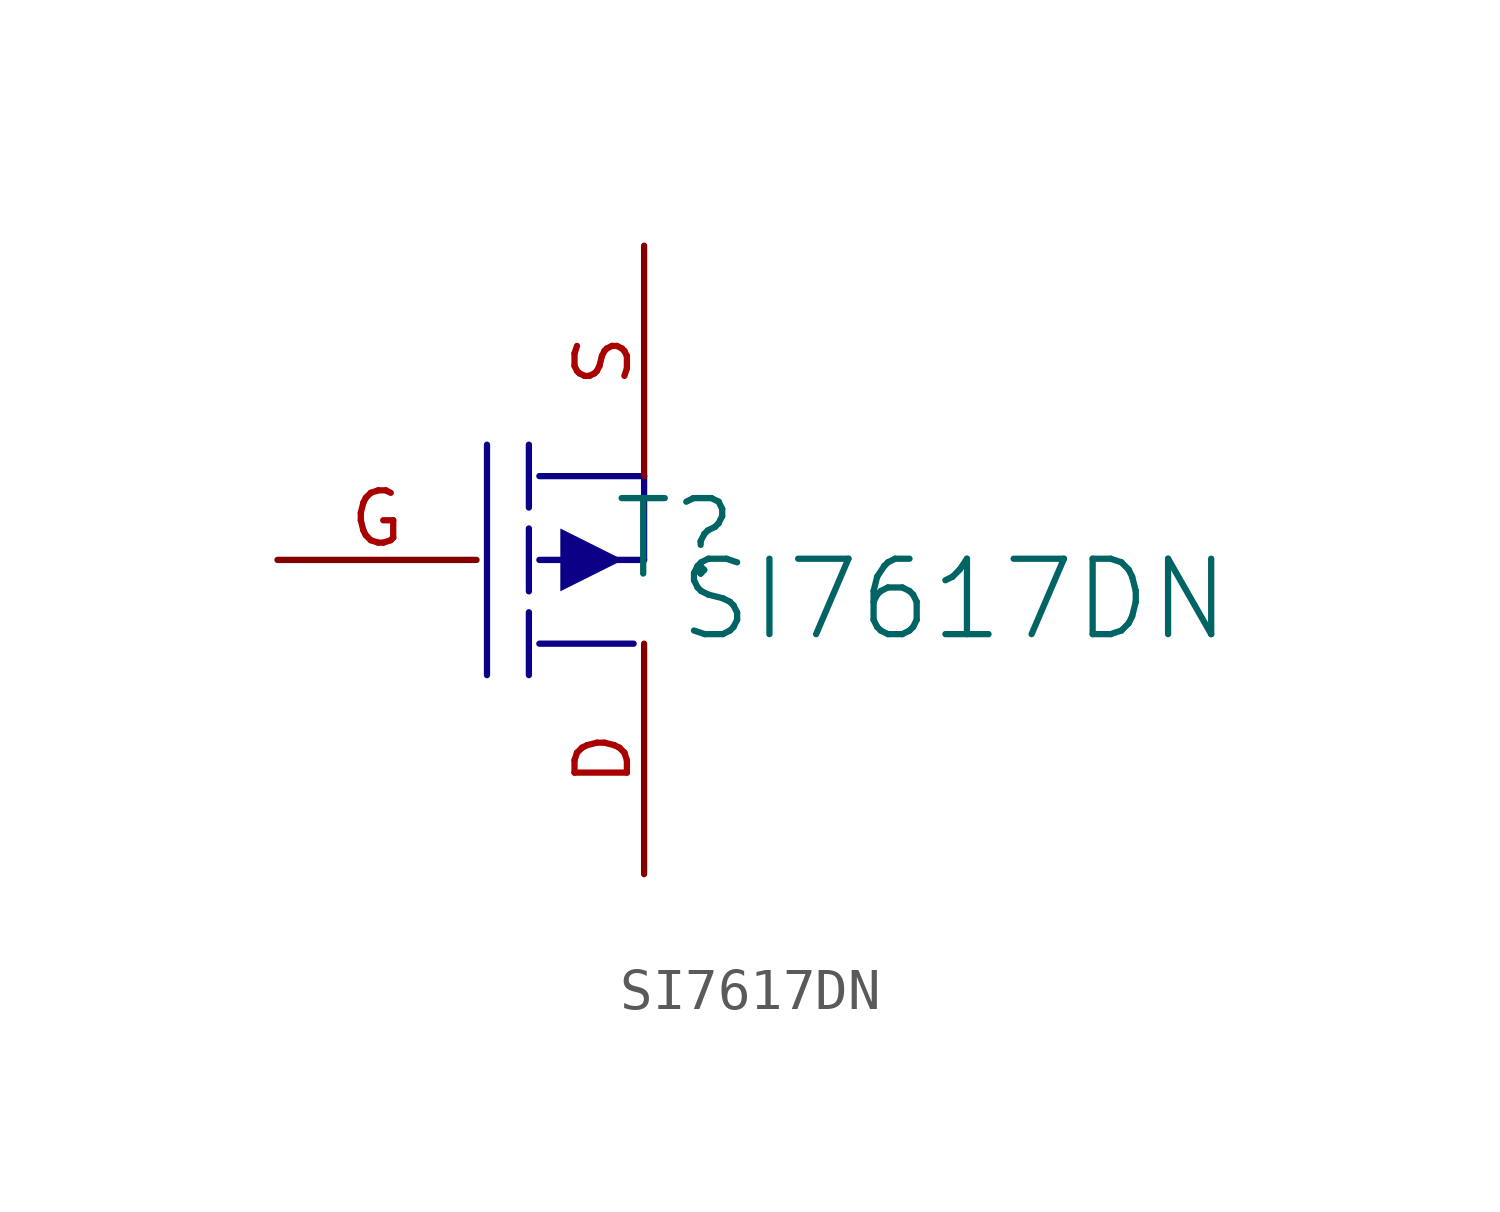
<source format=kicad_sym>
(kicad_symbol_lib
  (version 20241209)
  (generator "kicad_symbol_editor")
  (generator_version "9.0")
  (symbol "SI7617DN"
    (pin_names
      (hide yes))
    (property "Reference" "T"
      (at 5.842 0.508 0)
      (effects (font (size 1.829 1.829))))
    (property "Value" "SI7617DN"
      (at 5.842 -2.032 0)
      (effects (font (size 1.829 1.829)) (justify left bottom)))
    (symbol "SI7617DN_1_0"
      (polyline (pts (xy 1.27 2.794) (xy 1.27 -2.794)) (stroke (width 0) (type solid) (color 12 0 135 1)) (fill (type none)))
      (polyline (pts (xy 2.286 2.794) (xy 2.286 1.27)) (stroke (width 0) (type solid) (color 12 0 135 1)) (fill (type none)))
      (polyline (pts (xy 2.286 0.762) (xy 2.286 -0.762)) (stroke (width 0) (type solid) (color 12 0 135 1)) (fill (type none)))
      (polyline (pts (xy 2.286 -1.27) (xy 2.286 -2.794)) (stroke (width 0) (type solid) (color 12 0 135 1)) (fill (type none)))
      (polyline (pts (xy 2.54 0) (xy 5.08 0)) (stroke (width 0) (type solid) (color 12 0 135 1)) (fill (type none)))
      (polyline (pts (xy 2.54 -2.032) (xy 4.826 -2.032)) (stroke (width 0) (type solid) (color 12 0 135 1)) (fill (type none)))
      (polyline (pts (xy 3.048 0.762) (xy 3.048 -0.762) (xy 4.572 0) (xy 3.048 0.762)) (stroke (width -0.0001) (type solid) (color 12 0 135 1)) (fill (type outline)))
      (polyline (pts (xy 5.08 2.032) (xy 2.54 2.032)) (stroke (width 0) (type solid) (color 12 0 135 1)) (fill (type none)))
      (polyline (pts (xy 5.08 0) (xy 5.08 2.032)) (stroke (width 0) (type solid) (color 12 0 135 1)) (fill (type none)))
      (pin passive line (at -3.81 0 0) (length 4.826) (name "G" (effects (font (size 1.27 1.27)))) (number "G" (effects (font (size 1.27 1.27)))))
      (pin passive line (at 5.08 7.62 270) (length 5.588) (name "S" (effects (font (size 1.27 1.27)))) (number "S" (effects (font (size 1.27 1.27)))))
      (pin passive line (at 5.08 -7.62 90) (length 5.588) (name "D" (effects (font (size 1.27 1.27)))) (number "D" (effects (font (size 1.27 1.27))))))))
</source>
